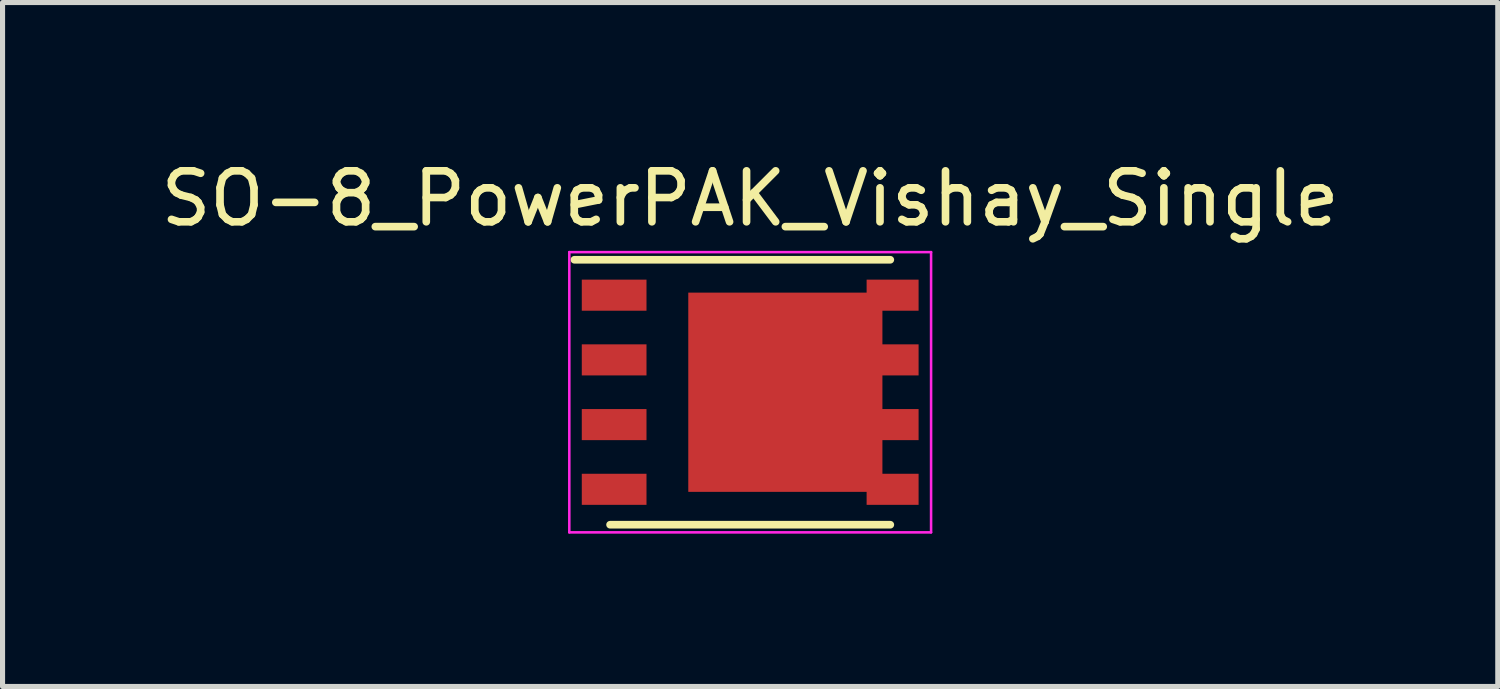
<source format=kicad_pcb>
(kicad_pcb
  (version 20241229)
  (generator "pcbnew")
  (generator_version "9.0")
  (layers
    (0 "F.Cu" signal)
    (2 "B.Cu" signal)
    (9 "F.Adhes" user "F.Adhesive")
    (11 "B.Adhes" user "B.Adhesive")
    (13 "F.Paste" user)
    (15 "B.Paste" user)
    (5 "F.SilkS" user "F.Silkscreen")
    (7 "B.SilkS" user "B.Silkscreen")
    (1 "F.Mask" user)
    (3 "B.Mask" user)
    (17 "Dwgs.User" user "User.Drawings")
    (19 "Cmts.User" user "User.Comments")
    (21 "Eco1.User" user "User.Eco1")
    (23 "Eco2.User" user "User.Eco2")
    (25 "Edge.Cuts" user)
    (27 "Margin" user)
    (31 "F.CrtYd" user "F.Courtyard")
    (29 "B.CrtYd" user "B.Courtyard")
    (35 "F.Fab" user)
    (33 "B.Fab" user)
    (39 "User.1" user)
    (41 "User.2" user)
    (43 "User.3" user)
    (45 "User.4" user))
  (footprint "SO-8_PowerPAK_Vishay_Single"
    (layer "F.Cu")
    (at 11.673 4.648)
    (property "Reference" "SO-8_PowerPAK_Vishay_Single" (at 0 -3.8 0) (layer "F.SilkS") (effects (font (size 1 1) (thickness 0.15))))
    (attr smd)
    (fp_line (start -3.45 -2.6) (end 2.75 -2.6) (stroke (width 0.15) (type solid)) (layer "F.SilkS"))
    (fp_line (start -2.75 2.6) (end 2.75 2.6) (stroke (width 0.15) (type solid)) (layer "F.SilkS"))
    (fp_line (start -3.55 -2.75) (end -3.55 2.75) (stroke (width 0.05) (type solid)) (layer "F.CrtYd"))
    (fp_line (start -3.55 -2.75) (end 3.55 -2.75) (stroke (width 0.05) (type solid)) (layer "F.CrtYd"))
    (fp_line (start -3.55 2.75) (end 3.55 2.75) (stroke (width 0.05) (type solid)) (layer "F.CrtYd"))
    (fp_line (start 3.55 -2.75) (end 3.55 2.75) (stroke (width 0.05) (type solid)) (layer "F.CrtYd"))
    (pad "1" smd rect (at -2.67 -1.905) (size 1.27 0.61) (layers "F.Cu" "F.Mask" "F.Paste"))
    (pad "2" smd rect (at -2.67 -0.635) (size 1.27 0.61) (layers "F.Cu" "F.Mask" "F.Paste"))
    (pad "3" smd rect (at -2.67 0.635) (size 1.27 0.61) (layers "F.Cu" "F.Mask" "F.Paste"))
    (pad "4" smd rect (at -2.67 1.905) (size 1.27 0.61) (layers "F.Cu" "F.Mask" "F.Paste"))
    (pad "5" smd rect (at 0.69 0) (size 3.81 3.91) (layers "F.Cu" "F.Mask" "F.Paste"))
    (pad "5" smd rect (at 2.795 1.905) (size 1.02 0.61) (layers "F.Cu" "F.Mask" "F.Paste"))
    (pad "6" smd rect (at 2.795 0.635) (size 1.02 0.61) (layers "F.Cu" "F.Mask" "F.Paste"))
    (pad "7" smd rect (at 2.795 -0.635) (size 1.02 0.61) (layers "F.Cu" "F.Mask" "F.Paste"))
    (pad "8" smd rect (at 2.795 -1.905) (size 1.02 0.61) (layers "F.Cu" "F.Mask" "F.Paste")))
  (gr_rect
    (start -3 -3)
    (end 26.345 10.423)
    (stroke (width 0.1) (type default))
    (fill no)
    (layer "Edge.Cuts")))
</source>
